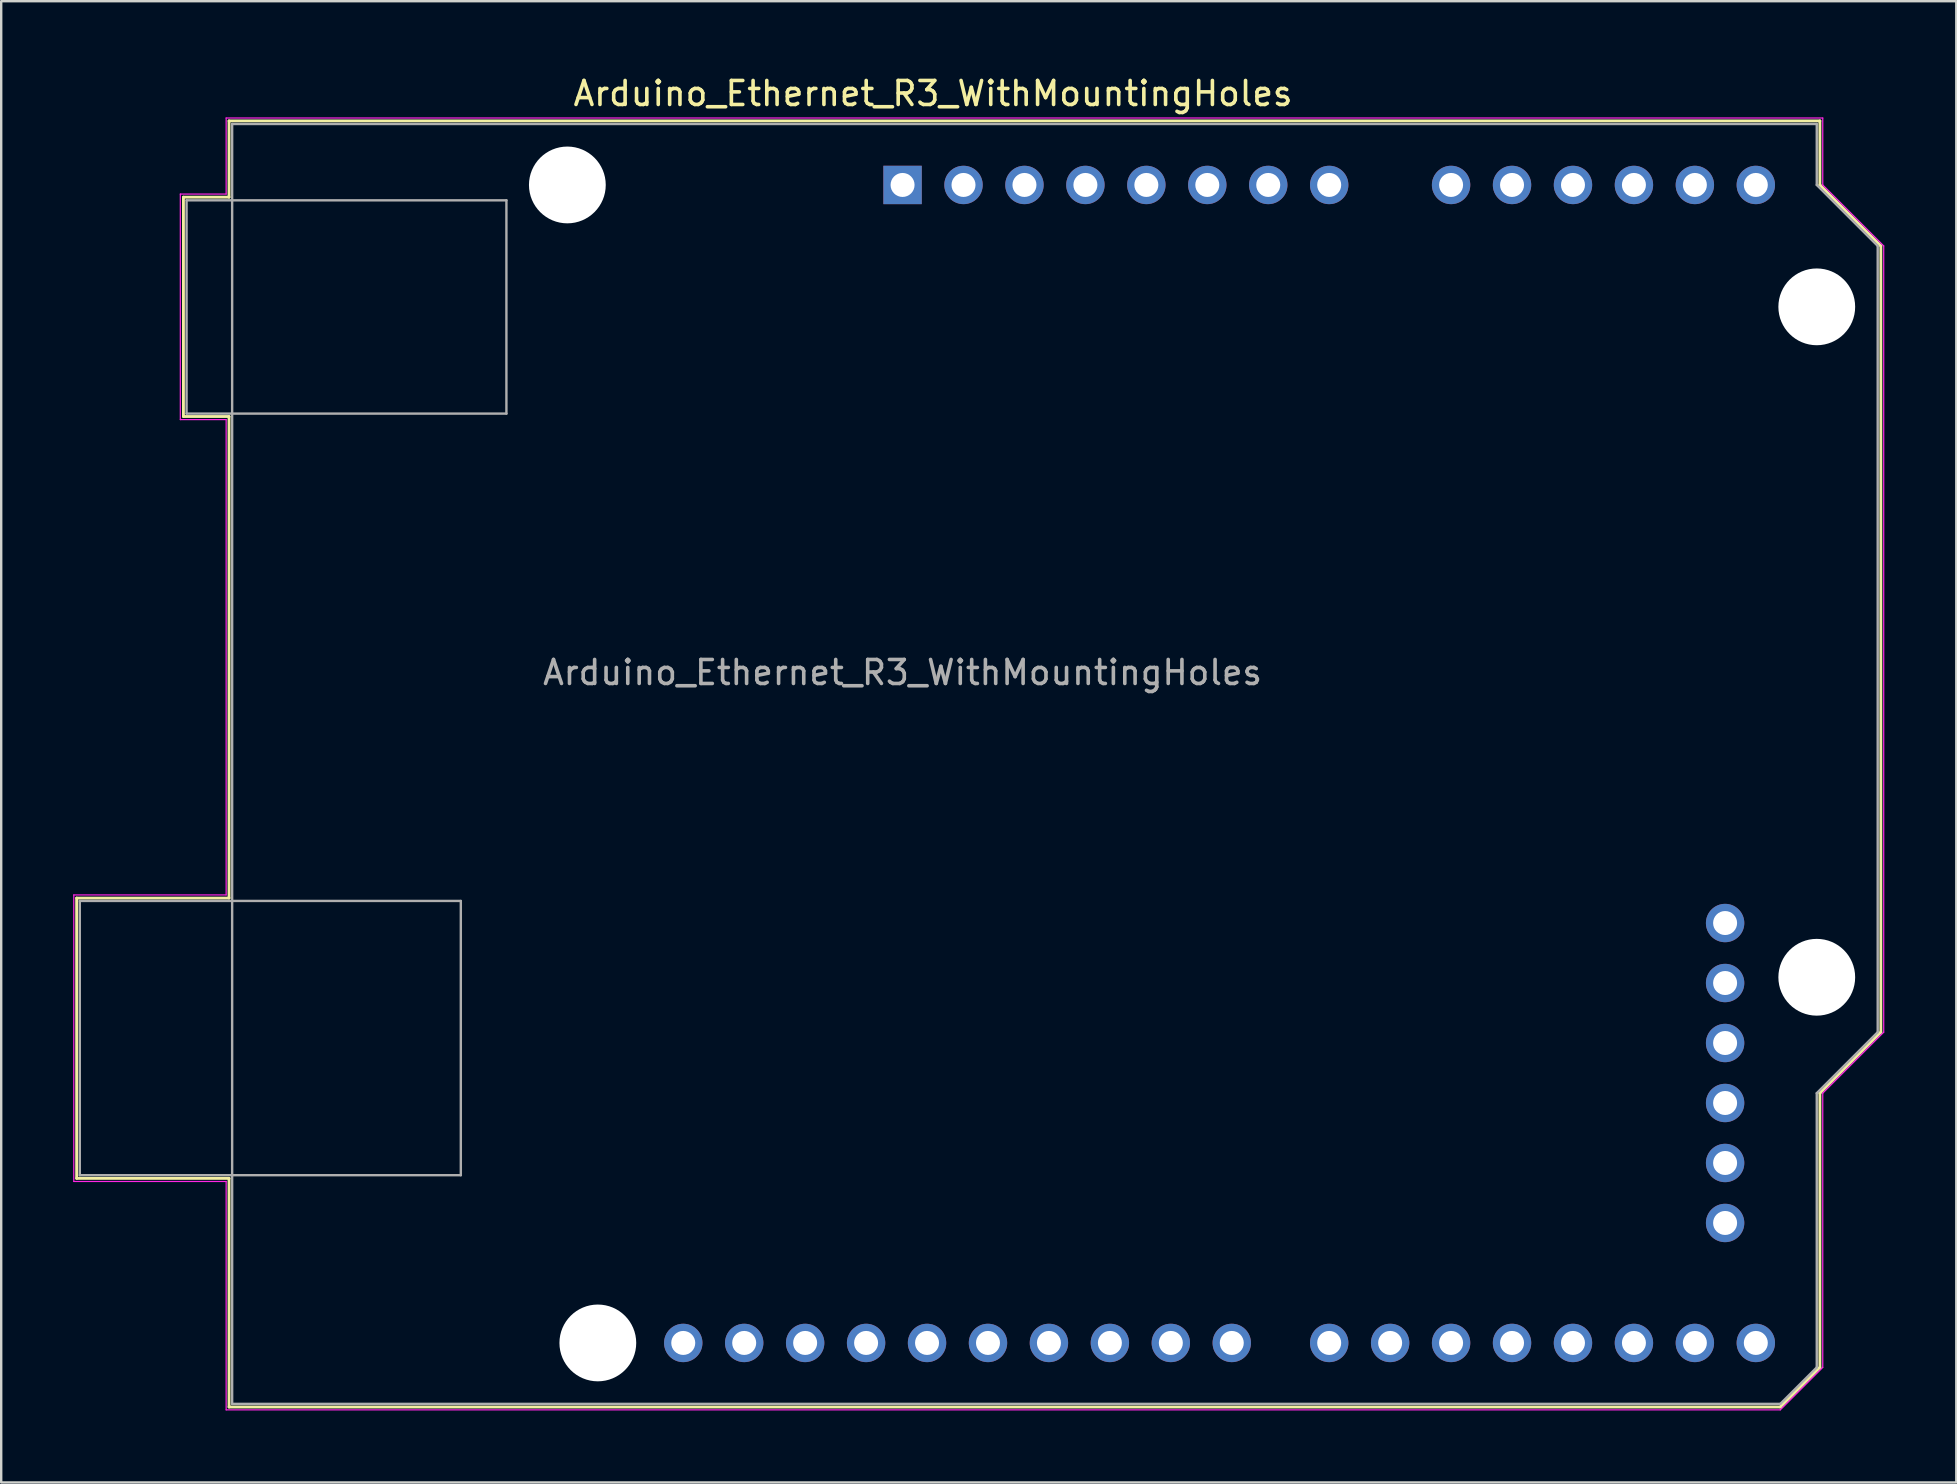
<source format=kicad_pcb>
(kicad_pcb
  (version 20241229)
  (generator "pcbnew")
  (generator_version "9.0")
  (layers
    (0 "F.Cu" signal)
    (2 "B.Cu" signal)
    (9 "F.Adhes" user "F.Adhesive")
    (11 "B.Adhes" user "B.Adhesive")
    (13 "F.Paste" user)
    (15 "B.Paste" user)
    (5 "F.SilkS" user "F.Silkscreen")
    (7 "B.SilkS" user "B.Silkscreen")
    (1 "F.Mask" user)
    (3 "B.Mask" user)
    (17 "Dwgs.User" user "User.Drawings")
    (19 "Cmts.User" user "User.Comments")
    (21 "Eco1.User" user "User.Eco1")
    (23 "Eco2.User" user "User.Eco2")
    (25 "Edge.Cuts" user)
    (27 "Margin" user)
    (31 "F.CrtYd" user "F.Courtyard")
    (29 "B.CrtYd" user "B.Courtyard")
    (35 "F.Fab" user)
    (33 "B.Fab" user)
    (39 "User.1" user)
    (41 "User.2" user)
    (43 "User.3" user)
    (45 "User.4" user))
  (footprint "Arduino_Ethernet_R3_WithMountingHoles"
    (layer "F.Cu")
    (at 34.565 4.658)
    (property "Reference" "Arduino_Ethernet_R3_WithMountingHoles" (at 1.27 -3.81 180) (layer "F.SilkS") (effects (font (size 1 1) (thickness 0.15))))
    (attr through_hole)
    (fp_line (start -34.42 29.72) (end -34.42 41.4) (stroke (width 0.12) (type solid)) (layer "F.SilkS"))
    (fp_line (start -34.42 41.4) (end -28.07 41.4) (stroke (width 0.12) (type solid)) (layer "F.SilkS"))
    (fp_line (start -29.97 0.51) (end -29.97 9.65) (stroke (width 0.12) (type solid)) (layer "F.SilkS"))
    (fp_line (start -29.97 9.65) (end -28.07 9.65) (stroke (width 0.12) (type solid)) (layer "F.SilkS"))
    (fp_line (start -28.07 -2.67) (end -28.07 0.51) (stroke (width 0.12) (type solid)) (layer "F.SilkS"))
    (fp_line (start -28.07 0.51) (end -29.97 0.51) (stroke (width 0.12) (type solid)) (layer "F.SilkS"))
    (fp_line (start -28.07 9.65) (end -28.07 29.72) (stroke (width 0.12) (type solid)) (layer "F.SilkS"))
    (fp_line (start -28.07 29.72) (end -34.42 29.72) (stroke (width 0.12) (type solid)) (layer "F.SilkS"))
    (fp_line (start -28.07 41.4) (end -28.07 50.93) (stroke (width 0.12) (type solid)) (layer "F.SilkS"))
    (fp_line (start -28.07 50.93) (end 36.58 50.93) (stroke (width 0.12) (type solid)) (layer "F.SilkS"))
    (fp_line (start 36.58 50.93) (end 38.23 49.28) (stroke (width 0.12) (type solid)) (layer "F.SilkS"))
    (fp_line (start 38.23 -2.67) (end -28.07 -2.67) (stroke (width 0.12) (type solid)) (layer "F.SilkS"))
    (fp_line (start 38.23 0) (end 38.23 -2.67) (stroke (width 0.12) (type solid)) (layer "F.SilkS"))
    (fp_line (start 38.23 37.85) (end 40.77 35.31) (stroke (width 0.12) (type solid)) (layer "F.SilkS"))
    (fp_line (start 38.23 49.28) (end 38.23 37.85) (stroke (width 0.12) (type solid)) (layer "F.SilkS"))
    (fp_line (start 40.77 2.54) (end 38.23 0) (stroke (width 0.12) (type solid)) (layer "F.SilkS"))
    (fp_line (start 40.77 35.31) (end 40.77 2.54) (stroke (width 0.12) (type solid)) (layer "F.SilkS"))
    (fp_line (start -34.54 29.59) (end -28.19 29.59) (stroke (width 0.05) (type solid)) (layer "F.CrtYd"))
    (fp_line (start -34.54 41.53) (end -34.54 29.59) (stroke (width 0.05) (type solid)) (layer "F.CrtYd"))
    (fp_line (start -30.1 0.38) (end -28.19 0.38) (stroke (width 0.05) (type solid)) (layer "F.CrtYd"))
    (fp_line (start -30.1 9.78) (end -30.1 0.38) (stroke (width 0.05) (type solid)) (layer "F.CrtYd"))
    (fp_line (start -28.19 -2.79) (end 38.35 -2.79) (stroke (width 0.05) (type solid)) (layer "F.CrtYd"))
    (fp_line (start -28.19 0.38) (end -28.19 -2.79) (stroke (width 0.05) (type solid)) (layer "F.CrtYd"))
    (fp_line (start -28.19 9.78) (end -30.1 9.78) (stroke (width 0.05) (type solid)) (layer "F.CrtYd"))
    (fp_line (start -28.19 29.59) (end -28.19 9.78) (stroke (width 0.05) (type solid)) (layer "F.CrtYd"))
    (fp_line (start -28.19 41.53) (end -34.54 41.53) (stroke (width 0.05) (type solid)) (layer "F.CrtYd"))
    (fp_line (start -28.19 51.05) (end -28.19 41.53) (stroke (width 0.05) (type solid)) (layer "F.CrtYd"))
    (fp_line (start 36.58 51.05) (end -28.19 51.05) (stroke (width 0.05) (type solid)) (layer "F.CrtYd"))
    (fp_line (start 38.35 -2.79) (end 38.35 0) (stroke (width 0.05) (type solid)) (layer "F.CrtYd"))
    (fp_line (start 38.35 0) (end 40.89 2.54) (stroke (width 0.05) (type solid)) (layer "F.CrtYd"))
    (fp_line (start 38.35 37.85) (end 38.35 49.28) (stroke (width 0.05) (type solid)) (layer "F.CrtYd"))
    (fp_line (start 38.35 49.28) (end 36.58 51.05) (stroke (width 0.05) (type solid)) (layer "F.CrtYd"))
    (fp_line (start 40.89 2.54) (end 40.89 35.31) (stroke (width 0.05) (type solid)) (layer "F.CrtYd"))
    (fp_line (start 40.89 35.31) (end 38.35 37.85) (stroke (width 0.05) (type solid)) (layer "F.CrtYd"))
    (fp_line (start -34.29 29.84) (end -18.41 29.84) (stroke (width 0.1) (type solid)) (layer "F.Fab"))
    (fp_line (start -34.29 41.27) (end -34.29 29.84) (stroke (width 0.1) (type solid)) (layer "F.Fab"))
    (fp_line (start -29.84 0.64) (end -16.51 0.64) (stroke (width 0.1) (type solid)) (layer "F.Fab"))
    (fp_line (start -29.84 9.53) (end -29.84 0.64) (stroke (width 0.1) (type solid)) (layer "F.Fab"))
    (fp_line (start -27.94 -2.54) (end 38.1 -2.54) (stroke (width 0.1) (type solid)) (layer "F.Fab"))
    (fp_line (start -27.94 50.8) (end -27.94 -2.54) (stroke (width 0.1) (type solid)) (layer "F.Fab"))
    (fp_line (start -18.41 29.84) (end -18.41 41.27) (stroke (width 0.1) (type solid)) (layer "F.Fab"))
    (fp_line (start -18.41 41.27) (end -34.29 41.27) (stroke (width 0.1) (type solid)) (layer "F.Fab"))
    (fp_line (start -16.51 0.64) (end -16.51 9.53) (stroke (width 0.1) (type solid)) (layer "F.Fab"))
    (fp_line (start -16.51 9.53) (end -29.84 9.53) (stroke (width 0.1) (type solid)) (layer "F.Fab"))
    (fp_line (start 36.58 50.8) (end -27.94 50.8) (stroke (width 0.1) (type solid)) (layer "F.Fab"))
    (fp_line (start 38.1 -2.54) (end 38.1 0) (stroke (width 0.1) (type solid)) (layer "F.Fab"))
    (fp_line (start 38.1 0) (end 40.64 2.54) (stroke (width 0.1) (type solid)) (layer "F.Fab"))
    (fp_line (start 38.1 37.85) (end 38.1 49.28) (stroke (width 0.1) (type solid)) (layer "F.Fab"))
    (fp_line (start 38.1 49.28) (end 36.58 50.8) (stroke (width 0.1) (type solid)) (layer "F.Fab"))
    (fp_line (start 40.64 2.54) (end 40.64 35.31) (stroke (width 0.1) (type solid)) (layer "F.Fab"))
    (fp_line (start 40.64 35.31) (end 38.1 37.85) (stroke (width 0.1) (type solid)) (layer "F.Fab"))
    (fp_text user "${REFERENCE}" (at 0 20.32 180) (layer "F.Fab") (effects (font (size 1 1) (thickness 0.15))))
    (pad "" np_thru_hole circle (at -13.97 0 90) (size 3.2 3.2) (drill 3.2) (layers "*.Cu" "*.Mask"))
    (pad "" np_thru_hole circle (at -12.7 48.26 90) (size 3.2 3.2) (drill 3.2) (layers "*.Cu" "*.Mask"))
    (pad "" np_thru_hole circle (at 38.1 5.08 90) (size 3.2 3.2) (drill 3.2) (layers "*.Cu" "*.Mask"))
    (pad "" np_thru_hole circle (at 38.1 33.02 90) (size 3.2 3.2) (drill 3.2) (layers "*.Cu" "*.Mask"))
    (pad "1" thru_hole rect (at 0 0 90) (size 1.6 1.6) (drill 1) (layers "*.Cu" "*.Mask"))
    (pad "2" thru_hole oval (at 2.54 0 90) (size 1.6 1.6) (drill 1) (layers "*.Cu" "*.Mask"))
    (pad "3" thru_hole oval (at 5.08 0 90) (size 1.6 1.6) (drill 1) (layers "*.Cu" "*.Mask"))
    (pad "4" thru_hole oval (at 7.62 0 90) (size 1.6 1.6) (drill 1) (layers "*.Cu" "*.Mask"))
    (pad "5" thru_hole oval (at 10.16 0 90) (size 1.6 1.6) (drill 1) (layers "*.Cu" "*.Mask"))
    (pad "6" thru_hole oval (at 12.7 0 90) (size 1.6 1.6) (drill 1) (layers "*.Cu" "*.Mask"))
    (pad "7" thru_hole oval (at 15.24 0 90) (size 1.6 1.6) (drill 1) (layers "*.Cu" "*.Mask"))
    (pad "8" thru_hole oval (at 17.78 0 90) (size 1.6 1.6) (drill 1) (layers "*.Cu" "*.Mask"))
    (pad "9" thru_hole oval (at 22.86 0 90) (size 1.6 1.6) (drill 1) (layers "*.Cu" "*.Mask"))
    (pad "10" thru_hole oval (at 25.4 0 90) (size 1.6 1.6) (drill 1) (layers "*.Cu" "*.Mask"))
    (pad "11" thru_hole oval (at 27.94 0 90) (size 1.6 1.6) (drill 1) (layers "*.Cu" "*.Mask"))
    (pad "12" thru_hole oval (at 30.48 0 90) (size 1.6 1.6) (drill 1) (layers "*.Cu" "*.Mask"))
    (pad "13" thru_hole oval (at 33.02 0 90) (size 1.6 1.6) (drill 1) (layers "*.Cu" "*.Mask"))
    (pad "14" thru_hole oval (at 35.56 0 90) (size 1.6 1.6) (drill 1) (layers "*.Cu" "*.Mask"))
    (pad "15" thru_hole oval (at 35.56 48.26 90) (size 1.6 1.6) (drill 1) (layers "*.Cu" "*.Mask"))
    (pad "16" thru_hole oval (at 33.02 48.26 90) (size 1.6 1.6) (drill 1) (layers "*.Cu" "*.Mask"))
    (pad "17" thru_hole oval (at 30.48 48.26 90) (size 1.6 1.6) (drill 1) (layers "*.Cu" "*.Mask"))
    (pad "18" thru_hole oval (at 27.94 48.26 90) (size 1.6 1.6) (drill 1) (layers "*.Cu" "*.Mask"))
    (pad "19" thru_hole oval (at 25.4 48.26 90) (size 1.6 1.6) (drill 1) (layers "*.Cu" "*.Mask"))
    (pad "20" thru_hole oval (at 22.86 48.26 90) (size 1.6 1.6) (drill 1) (layers "*.Cu" "*.Mask"))
    (pad "21" thru_hole oval (at 20.32 48.26 90) (size 1.6 1.6) (drill 1) (layers "*.Cu" "*.Mask"))
    (pad "22" thru_hole oval (at 17.78 48.26 90) (size 1.6 1.6) (drill 1) (layers "*.Cu" "*.Mask"))
    (pad "23" thru_hole oval (at 13.72 48.26 90) (size 1.6 1.6) (drill 1) (layers "*.Cu" "*.Mask"))
    (pad "24" thru_hole oval (at 11.18 48.26 90) (size 1.6 1.6) (drill 1) (layers "*.Cu" "*.Mask"))
    (pad "25" thru_hole oval (at 8.64 48.26 90) (size 1.6 1.6) (drill 1) (layers "*.Cu" "*.Mask"))
    (pad "26" thru_hole oval (at 6.1 48.26 90) (size 1.6 1.6) (drill 1) (layers "*.Cu" "*.Mask"))
    (pad "27" thru_hole oval (at 3.56 48.26 90) (size 1.6 1.6) (drill 1) (layers "*.Cu" "*.Mask"))
    (pad "28" thru_hole oval (at 1.02 48.26 90) (size 1.6 1.6) (drill 1) (layers "*.Cu" "*.Mask"))
    (pad "29" thru_hole oval (at -1.52 48.26 90) (size 1.6 1.6) (drill 1) (layers "*.Cu" "*.Mask"))
    (pad "30" thru_hole oval (at -4.06 48.26 90) (size 1.6 1.6) (drill 1) (layers "*.Cu" "*.Mask"))
    (pad "31" thru_hole oval (at -6.6 48.26 90) (size 1.6 1.6) (drill 1) (layers "*.Cu" "*.Mask"))
    (pad "32" thru_hole oval (at -9.14 48.26 90) (size 1.6 1.6) (drill 1) (layers "*.Cu" "*.Mask"))
    (pad "33" thru_hole oval (at 34.28 43.26 90) (size 1.6 1.6) (drill 1) (layers "*.Cu" "*.Mask"))
    (pad "34" thru_hole oval (at 34.28 40.76 90) (size 1.6 1.6) (drill 1) (layers "*.Cu" "*.Mask"))
    (pad "35" thru_hole oval (at 34.28 38.26 90) (size 1.6 1.6) (drill 1) (layers "*.Cu" "*.Mask"))
    (pad "36" thru_hole oval (at 34.28 35.76 90) (size 1.6 1.6) (drill 1) (layers "*.Cu" "*.Mask"))
    (pad "37" thru_hole oval (at 34.28 33.26 90) (size 1.6 1.6) (drill 1) (layers "*.Cu" "*.Mask"))
    (pad "38" thru_hole oval (at 34.28 30.76 90) (size 1.6 1.6) (drill 1) (layers "*.Cu" "*.Mask")))
  (gr_rect
    (start -3 -3)
    (end 78.48 58.733)
    (stroke (width 0.1) (type default))
    (fill no)
    (layer "Edge.Cuts")))
</source>
